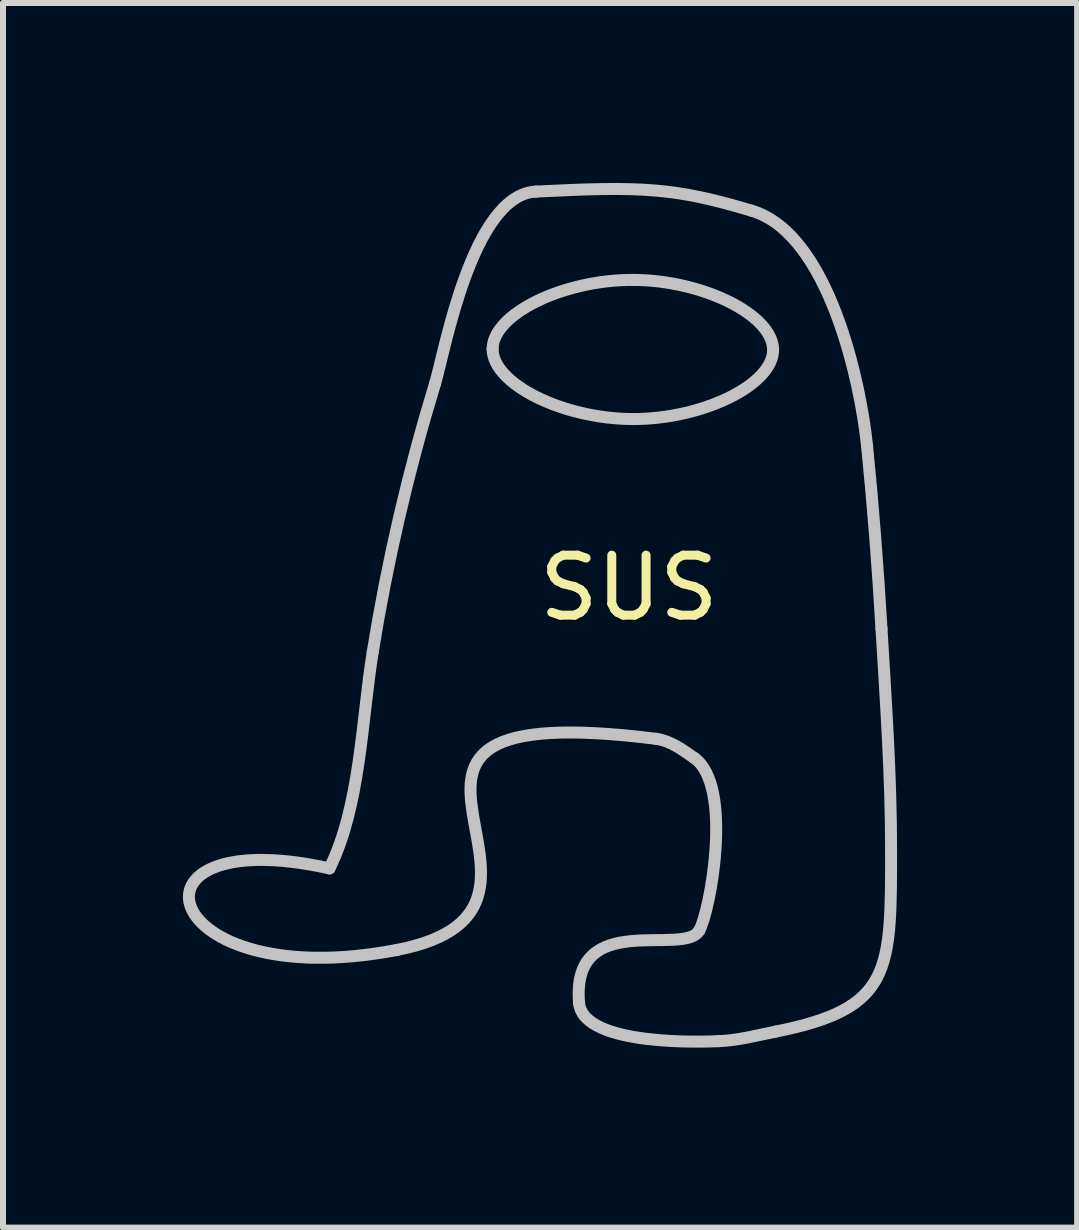
<source format=kicad_pcb>
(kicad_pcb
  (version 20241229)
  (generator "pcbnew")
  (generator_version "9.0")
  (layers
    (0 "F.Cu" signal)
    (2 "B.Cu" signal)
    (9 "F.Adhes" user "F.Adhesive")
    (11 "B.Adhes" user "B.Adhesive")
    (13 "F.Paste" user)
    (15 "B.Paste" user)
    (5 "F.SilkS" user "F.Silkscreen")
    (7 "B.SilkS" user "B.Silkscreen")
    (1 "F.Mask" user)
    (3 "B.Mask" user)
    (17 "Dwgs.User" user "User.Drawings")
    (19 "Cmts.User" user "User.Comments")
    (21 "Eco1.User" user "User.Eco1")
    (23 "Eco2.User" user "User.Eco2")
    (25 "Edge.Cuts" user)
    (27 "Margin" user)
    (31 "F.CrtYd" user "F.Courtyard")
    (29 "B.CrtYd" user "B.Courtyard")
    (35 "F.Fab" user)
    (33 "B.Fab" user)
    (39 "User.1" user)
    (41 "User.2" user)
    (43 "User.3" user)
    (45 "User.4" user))
  (footprint "SUS"
    (layer "F.Cu")
    (at 7.432 6.248)
    (property "Reference" "SUS" (at 0 0.5 0) (layer "F.SilkS") (effects (font (size 1 1) (thickness 0.15))))
    (attr through_hole)
    (fp_curve (pts (xy -4.991 5.175) (xy -4.479 4.152) (xy -4.452 2.7) (xy -4.271 1.575)) (stroke (width 0.2) (type solid)) (layer "Dwgs.User"))
    (fp_curve (pts (xy -4.271 1.575) (xy -4.025 0.053) (xy -3.681 -1.432) (xy -3.231 -2.905)) (stroke (width 0.2) (type solid)) (layer "Dwgs.User"))
    (fp_curve (pts (xy -3.871 6.535) (xy -7.877 7.305) (xy -8.613 4.37) (xy -4.991 5.175)) (stroke (width 0.2) (type solid)) (layer "Dwgs.User"))
    (fp_curve (pts (xy -3.231 -2.905) (xy -3.075 -3.413) (xy -2.616 -6.052) (xy -1.551 -6.105)) (stroke (width 0.2) (type solid)) (layer "Dwgs.User"))
    (fp_curve (pts (xy -2.272 -3.482) (xy -2.27 -4.061) (xy -1.099 -4.637) (xy 0.07 -4.633)) (stroke (width 0.2) (type solid)) (layer "Dwgs.User"))
    (fp_curve (pts (xy -1.551 -6.105) (xy 0.21 -6.193) (xy 0.753 -6.174) (xy 2.049 -5.785)) (stroke (width 0.2) (type solid)) (layer "Dwgs.User"))
    (fp_curve (pts (xy -0.831 7.415) (xy -0.962 5.842) (xy 0.912 6.65) (xy 1.169 6.215)) (stroke (width 0.2) (type solid)) (layer "Dwgs.User"))
    (fp_curve (pts (xy 0.062 -2.314) (xy -1.107 -2.318) (xy -2.274 -2.902) (xy -2.272 -3.482)) (stroke (width 0.2) (type solid)) (layer "Dwgs.User"))
    (fp_curve (pts (xy 0.07 -4.633) (xy 1.239 -4.629) (xy 2.405 -4.045) (xy 2.403 -3.465)) (stroke (width 0.2) (type solid)) (layer "Dwgs.User"))
    (fp_curve (pts (xy 0.449 3.015) (xy -5.607 2.258) (xy -0.208 5.83) (xy -3.871 6.535)) (stroke (width 0.2) (type solid)) (layer "Dwgs.User"))
    (fp_curve (pts (xy 1.089 3.335) (xy 0.894 3.198) (xy 0.686 3.044) (xy 0.449 3.015)) (stroke (width 0.2) (type solid)) (layer "Dwgs.User"))
    (fp_curve (pts (xy 1.169 6.215) (xy 1.354 5.903) (xy 1.746 3.795) (xy 1.089 3.335)) (stroke (width 0.2) (type solid)) (layer "Dwgs.User"))
    (fp_curve (pts (xy 1.489 8.055) (xy 1.341 8.06) (xy -0.768 8.162) (xy -0.831 7.415)) (stroke (width 0.2) (type solid)) (layer "Dwgs.User"))
    (fp_curve (pts (xy 2.049 -5.785) (xy 3.346 -5.396) (xy 3.868 -2.876) (xy 3.969 -1.865)) (stroke (width 0.2) (type solid)) (layer "Dwgs.User"))
    (fp_curve (pts (xy 2.403 -3.465) (xy 2.401 -2.886) (xy 1.231 -2.31) (xy 0.062 -2.314)) (stroke (width 0.2) (type solid)) (layer "Dwgs.User"))
    (fp_curve (pts (xy 2.449 7.895) (xy 2.131 7.958) (xy 1.814 8.044) (xy 1.489 8.055)) (stroke (width 0.2) (type solid)) (layer "Dwgs.User"))
    (fp_curve (pts (xy 3.969 -1.865) (xy 4.071 -0.854) (xy 4.149 0.16) (xy 4.209 1.175)) (stroke (width 0.2) (type solid)) (layer "Dwgs.User"))
    (fp_curve (pts (xy 4.209 1.175) (xy 4.282 2.4) (xy 4.369 3.627) (xy 4.369 4.855)) (stroke (width 0.2) (type solid)) (layer "Dwgs.User"))
    (fp_curve (pts (xy 4.369 4.855) (xy 4.369 6.89) (xy 4.387 7.507) (xy 2.449 7.895)) (stroke (width 0.2) (type solid)) (layer "Dwgs.User")))
  (gr_rect
    (start -3 -3)
    (end 14.902 17.41)
    (stroke (width 0.1) (type default))
    (fill no)
    (layer "Edge.Cuts")))
</source>
